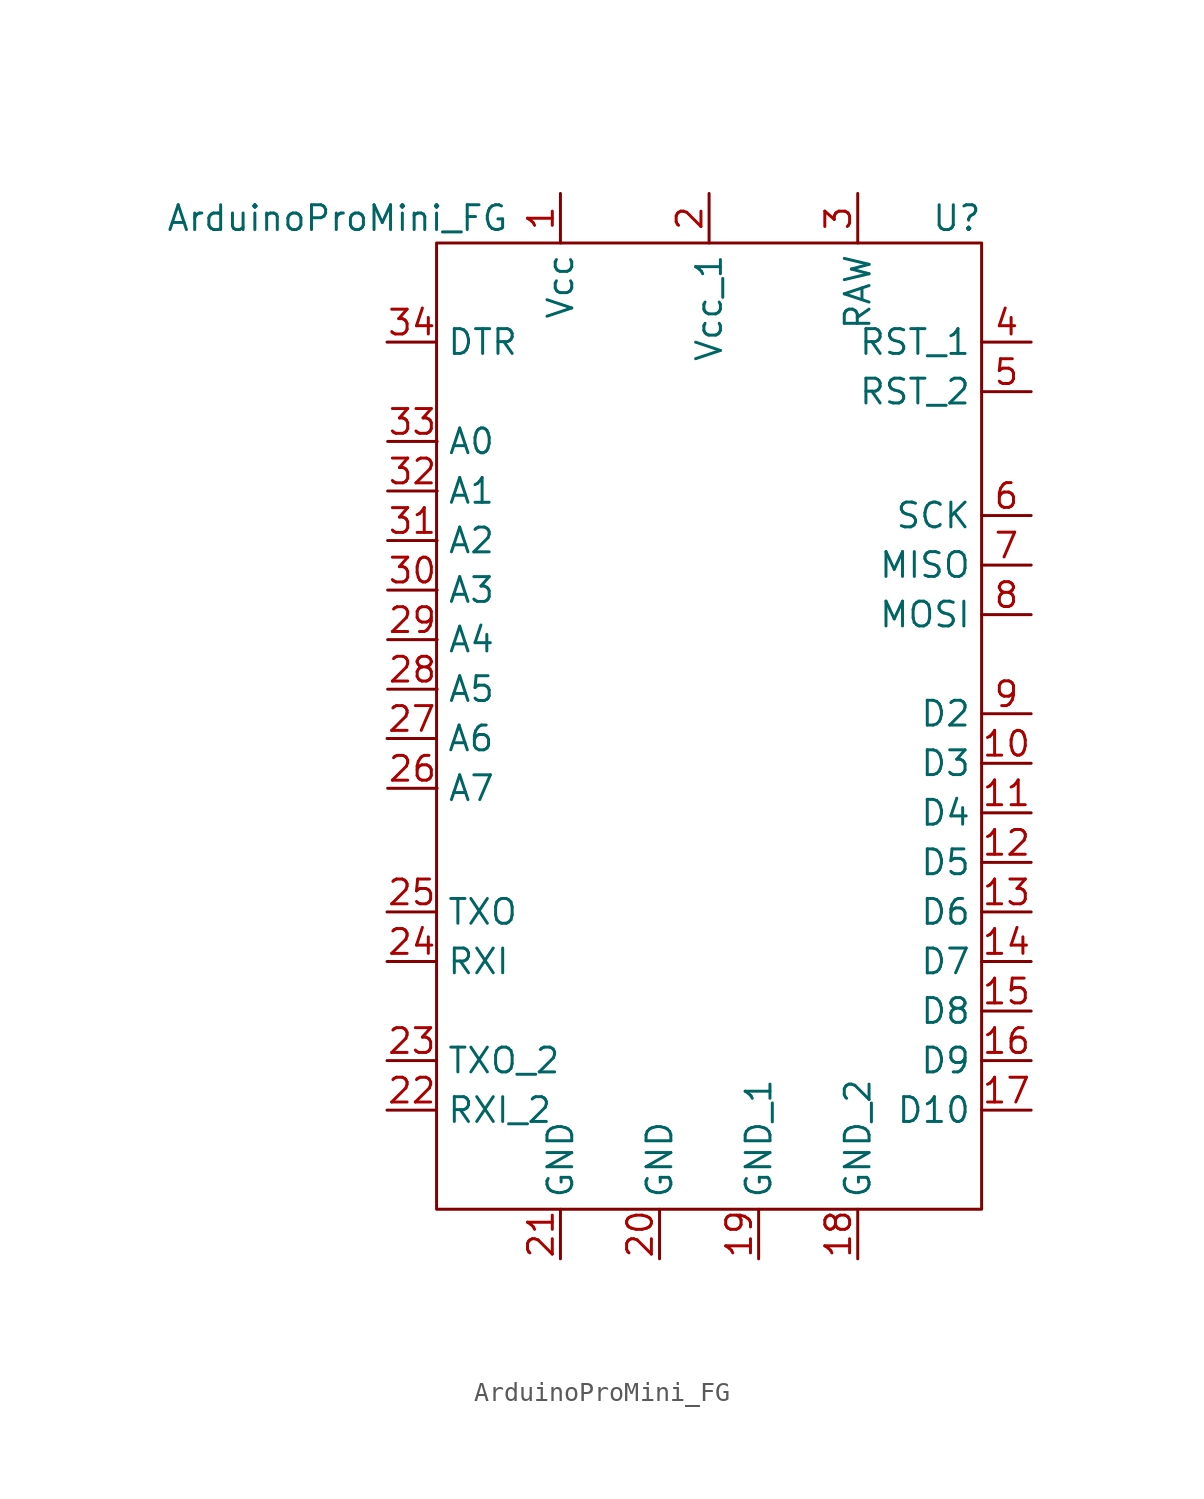
<source format=kicad_sym>
(kicad_symbol_lib
  (version 20220914)
  (generator kicad_symbol_editor)
  (symbol "ArduinoProMini_FG"
    (property "Reference" "U"
      (at 12.7 1.27 0)
      (effects (font (size 1.27 1.27))))
    (property "Value" "ArduinoProMini_FG"
      (at -19.05 1.27 0)
      (effects (font (size 1.27 1.27))))
    (symbol "ArduinoProMini_FG_0_1"
      (rectangle (start -13.97 0) (end 13.97 -49.53) (stroke (width 0) (type default)) (fill (type none))))
    (symbol "ArduinoProMini_FG_1_1"
      (pin power_in line (at -7.62 2.54 270) (length 2.54) (name "Vcc" (effects (font (size 1.27 1.27)))) (number "1" (effects (font (size 1.27 1.27)))))
      (pin bidirectional line (at 16.51 -26.67 180) (length 2.54) (name "D3" (effects (font (size 1.27 1.27)))) (number "10" (effects (font (size 1.27 1.27)))))
      (pin bidirectional line (at 16.51 -29.21 180) (length 2.54) (name "D4" (effects (font (size 1.27 1.27)))) (number "11" (effects (font (size 1.27 1.27)))))
      (pin bidirectional line (at 16.51 -31.75 180) (length 2.54) (name "D5" (effects (font (size 1.27 1.27)))) (number "12" (effects (font (size 1.27 1.27)))))
      (pin bidirectional line (at 16.51 -34.29 180) (length 2.54) (name "D6" (effects (font (size 1.27 1.27)))) (number "13" (effects (font (size 1.27 1.27)))))
      (pin bidirectional line (at 16.51 -36.83 180) (length 2.54) (name "D7" (effects (font (size 1.27 1.27)))) (number "14" (effects (font (size 1.27 1.27)))))
      (pin bidirectional line (at 16.51 -39.37 180) (length 2.54) (name "D8" (effects (font (size 1.27 1.27)))) (number "15" (effects (font (size 1.27 1.27)))))
      (pin bidirectional line (at 16.51 -41.91 180) (length 2.54) (name "D9" (effects (font (size 1.27 1.27)))) (number "16" (effects (font (size 1.27 1.27)))))
      (pin bidirectional line (at 16.51 -44.45 180) (length 2.54) (name "D10" (effects (font (size 1.27 1.27)))) (number "17" (effects (font (size 1.27 1.27)))))
      (pin power_in line (at 7.62 -52.07 90) (length 2.54) (name "GND_2" (effects (font (size 1.27 1.27)))) (number "18" (effects (font (size 1.27 1.27)))))
      (pin power_in line (at 2.54 -52.07 90) (length 2.54) (name "GND_1" (effects (font (size 1.27 1.27)))) (number "19" (effects (font (size 1.27 1.27)))))
      (pin power_in line (at 0 2.54 270) (length 2.54) (name "Vcc_1" (effects (font (size 1.27 1.27)))) (number "2" (effects (font (size 1.27 1.27)))))
      (pin power_in line (at -2.54 -52.07 90) (length 2.54) (name "GND" (effects (font (size 1.27 1.27)))) (number "20" (effects (font (size 1.27 1.27)))))
      (pin power_in line (at -7.62 -52.07 90) (length 2.54) (name "GND" (effects (font (size 1.27 1.27)))) (number "21" (effects (font (size 1.27 1.27)))))
      (pin bidirectional line (at -16.51 -44.45 0) (length 2.54) (name "RXI_2" (effects (font (size 1.27 1.27)))) (number "22" (effects (font (size 1.27 1.27)))))
      (pin bidirectional line (at -16.51 -41.91 0) (length 2.54) (name "TXO_2" (effects (font (size 1.27 1.27)))) (number "23" (effects (font (size 1.27 1.27)))))
      (pin bidirectional line (at -16.51 -36.83 0) (length 2.54) (name "RXI" (effects (font (size 1.27 1.27)))) (number "24" (effects (font (size 1.27 1.27)))))
      (pin bidirectional line (at -16.51 -34.29 0) (length 2.54) (name "TXO" (effects (font (size 1.27 1.27)))) (number "25" (effects (font (size 1.27 1.27)))))
      (pin bidirectional line (at -16.477 -27.952 0) (length 2.54) (name "A7" (effects (font (size 1.27 1.27)))) (number "26" (effects (font (size 1.27 1.27)))))
      (pin bidirectional line (at -16.51 -25.4 0) (length 2.54) (name "A6" (effects (font (size 1.27 1.27)))) (number "27" (effects (font (size 1.27 1.27)))))
      (pin bidirectional line (at -16.477 -22.872 0) (length 2.54) (name "A5" (effects (font (size 1.27 1.27)))) (number "28" (effects (font (size 1.27 1.27)))))
      (pin bidirectional line (at -16.477 -20.332 0) (length 2.54) (name "A4" (effects (font (size 1.27 1.27)))) (number "29" (effects (font (size 1.27 1.27)))))
      (pin power_in line (at 7.62 2.54 270) (length 2.54) (name "RAW" (effects (font (size 1.27 1.27)))) (number "3" (effects (font (size 1.27 1.27)))))
      (pin bidirectional line (at -16.477 -17.792 0) (length 2.54) (name "A3" (effects (font (size 1.27 1.27)))) (number "30" (effects (font (size 1.27 1.27)))))
      (pin bidirectional line (at -16.477 -15.252 0) (length 2.54) (name "A2" (effects (font (size 1.27 1.27)))) (number "31" (effects (font (size 1.27 1.27)))))
      (pin bidirectional line (at -16.477 -12.712 0) (length 2.54) (name "A1" (effects (font (size 1.27 1.27)))) (number "32" (effects (font (size 1.27 1.27)))))
      (pin bidirectional line (at -16.477 -10.172 0) (length 2.54) (name "A0" (effects (font (size 1.27 1.27)))) (number "33" (effects (font (size 1.27 1.27)))))
      (pin input line (at -16.51 -5.08 0) (length 2.54) (name "DTR" (effects (font (size 1.27 1.27)))) (number "34" (effects (font (size 1.27 1.27)))))
      (pin input line (at 16.51 -5.08 180) (length 2.54) (name "RST_1" (effects (font (size 1.27 1.27)))) (number "4" (effects (font (size 1.27 1.27)))))
      (pin input line (at 16.51 -7.62 180) (length 2.54) (name "RST_2" (effects (font (size 1.27 1.27)))) (number "5" (effects (font (size 1.27 1.27)))))
      (pin bidirectional line (at 16.51 -13.97 180) (length 2.54) (name "SCK" (effects (font (size 1.27 1.27)))) (number "6" (effects (font (size 1.27 1.27)))))
      (pin bidirectional line (at 16.51 -16.51 180) (length 2.54) (name "MISO" (effects (font (size 1.27 1.27)))) (number "7" (effects (font (size 1.27 1.27)))))
      (pin bidirectional line (at 16.51 -19.05 180) (length 2.54) (name "MOSI" (effects (font (size 1.27 1.27)))) (number "8" (effects (font (size 1.27 1.27)))))
      (pin bidirectional line (at 16.51 -24.13 180) (length 2.54) (name "D2" (effects (font (size 1.27 1.27)))) (number "9" (effects (font (size 1.27 1.27))))))))
</source>
